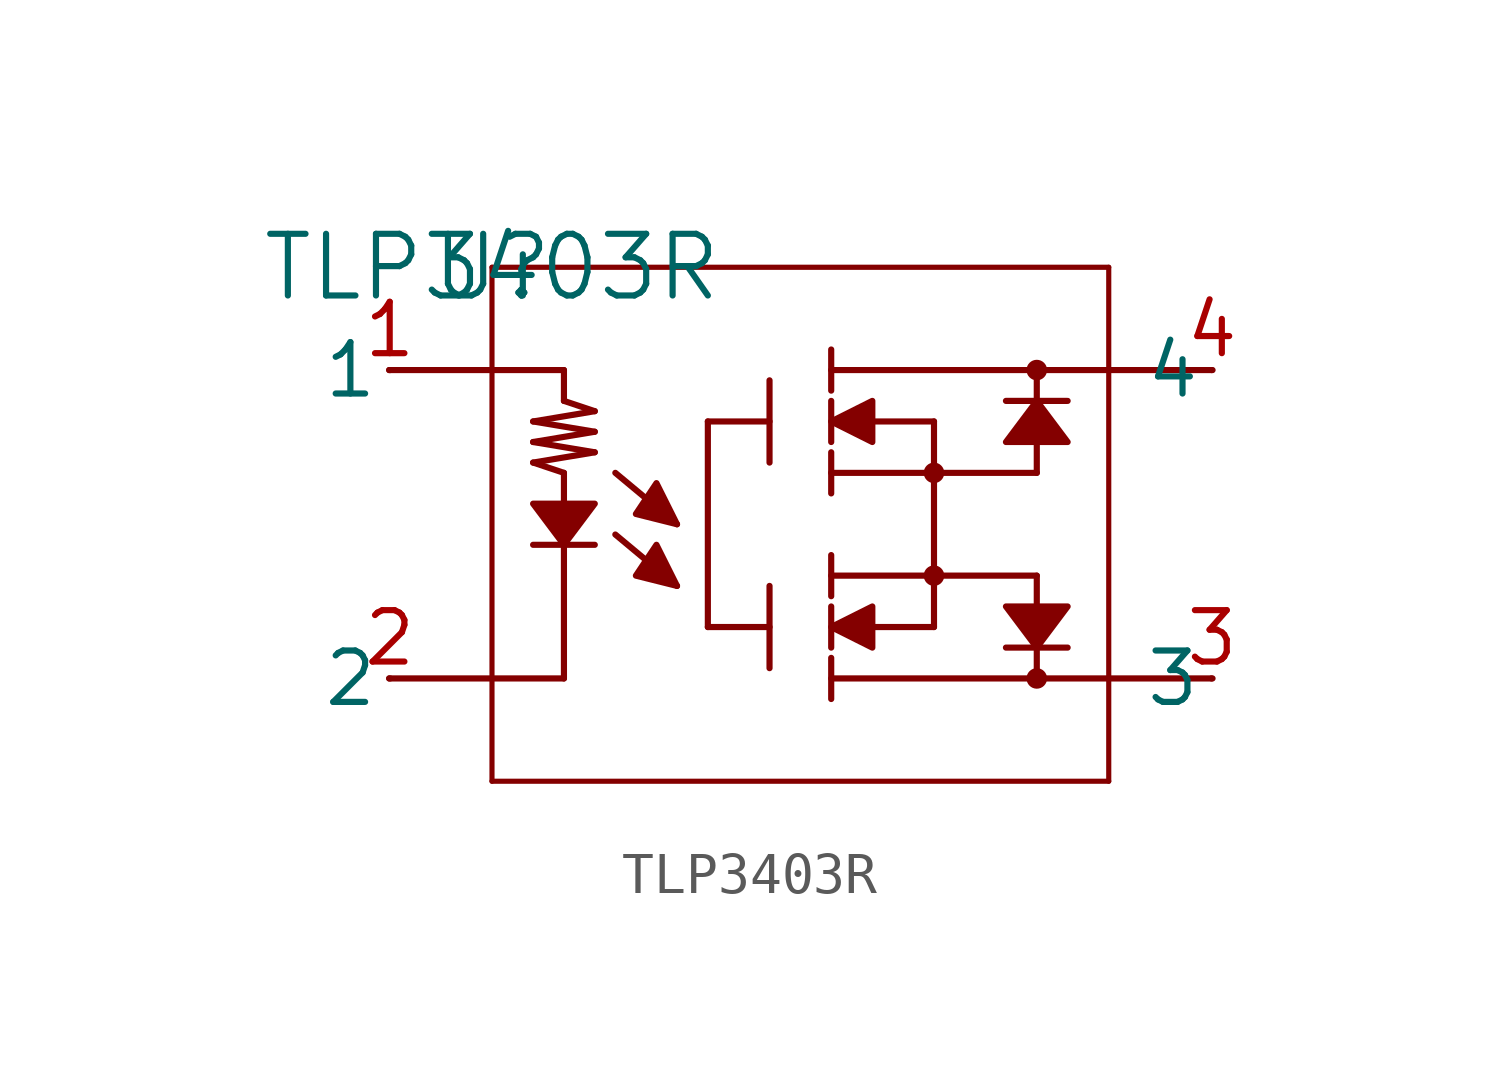
<source format=kicad_sym>
(kicad_symbol_lib
  (version 20211014)
  (generator kicad_symbol_editor)
  (symbol "TLP3403R"
    (pin_names
      (offset 0.254))
    (property "Reference" "U"
      (at 0 0 0)
      (effects (font (size 1.524 1.524))))
    (property "Value" "TLP3403R"
      (at 0 0 0)
      (effects (font (size 1.524 1.524))))
    (symbol "TLP3403R_0_1"
      (polyline (pts (xy 4.572 -7.874) (xy 4.572 -7.874) (xy 4.064 -6.858) (xy 3.556 -7.62) (xy 4.572 -7.874)) (stroke (width 0) (type default) (color 0 0 0 0)) (fill (type outline)))
      (polyline (pts (xy -2.54 -2.54) (xy 0 -2.54)) (stroke (width 0) (type default) (color 0 0 0 0)) (fill (type none)))
      (polyline (pts (xy -2.54 -10.16) (xy 0 -10.16)) (stroke (width 0) (type default) (color 0 0 0 0)) (fill (type none)))
      (polyline (pts (xy 17.78 -10.16) (xy 15.24 -10.16)) (stroke (width 0) (type default) (color 0 0 0 0)) (fill (type none)))
      (polyline (pts (xy 17.78 -2.54) (xy 15.24 -2.54)) (stroke (width 0) (type default) (color 0 0 0 0)) (fill (type none)))
      (polyline (pts (xy 0 -12.7) (xy 0 0)) (stroke (width 0.127) (type default) (color 0 0 0 0)) (fill (type none)))
      (polyline (pts (xy 0 0) (xy 15.24 0)) (stroke (width 0.127) (type default) (color 0 0 0 0)) (fill (type none)))
      (polyline (pts (xy 15.24 0) (xy 15.24 -12.7)) (stroke (width 0.127) (type default) (color 0 0 0 0)) (fill (type none)))
      (polyline (pts (xy 15.24 -12.7) (xy 0 -12.7)) (stroke (width 0.127) (type default) (color 0 0 0 0)) (fill (type none)))
      (polyline (pts (xy 1.016 -6.858) (xy 2.54 -6.858)) (stroke (width 0) (type default) (color 0 0 0 0)) (fill (type none)))
      (polyline (pts (xy 1.778 -10.16) (xy 1.778 -6.858)) (stroke (width 0) (type default) (color 0 0 0 0)) (fill (type none)))
      (polyline (pts (xy 1.778 -2.54) (xy 0 -2.54)) (stroke (width 0) (type default) (color 0 0 0 0)) (fill (type none)))
      (polyline (pts (xy 1.778 -10.16) (xy 0 -10.16)) (stroke (width 0) (type default) (color 0 0 0 0)) (fill (type none)))
      (polyline (pts (xy 12.7 -9.398) (xy 14.224 -9.398)) (stroke (width 0) (type default) (color 0 0 0 0)) (fill (type none)))
      (polyline (pts (xy 13.462 -9.398) (xy 13.462 -10.16)) (stroke (width 0) (type default) (color 0 0 0 0)) (fill (type none)))
      (polyline (pts (xy 13.462 -7.62) (xy 13.462 -8.382)) (stroke (width 0) (type default) (color 0 0 0 0)) (fill (type none)))
      (polyline (pts (xy 13.462 -2.54) (xy 13.462 -3.302)) (stroke (width 0) (type default) (color 0 0 0 0)) (fill (type none)))
      (polyline (pts (xy 12.7 -3.302) (xy 14.224 -3.302)) (stroke (width 0) (type default) (color 0 0 0 0)) (fill (type none)))
      (polyline (pts (xy 13.462 -4.318) (xy 13.462 -5.08)) (stroke (width 0) (type default) (color 0 0 0 0)) (fill (type none)))
      (polyline (pts (xy 8.382 -5.08) (xy 13.462 -5.08)) (stroke (width 0) (type default) (color 0 0 0 0)) (fill (type none)))
      (polyline (pts (xy 8.382 -7.62) (xy 13.462 -7.62)) (stroke (width 0) (type default) (color 0 0 0 0)) (fill (type none)))
      (polyline (pts (xy 9.398 -3.81) (xy 10.922 -3.81)) (stroke (width 0) (type default) (color 0 0 0 0)) (fill (type none)))
      (polyline (pts (xy 8.382 -2.54) (xy 15.24 -2.54)) (stroke (width 0) (type default) (color 0 0 0 0)) (fill (type none)))
      (polyline (pts (xy 10.922 -3.81) (xy 10.922 -8.89)) (stroke (width 0) (type default) (color 0 0 0 0)) (fill (type none)))
      (polyline (pts (xy 9.398 -8.89) (xy 10.922 -8.89)) (stroke (width 0) (type default) (color 0 0 0 0)) (fill (type none)))
      (polyline (pts (xy 8.382 -10.16) (xy 15.24 -10.16)) (stroke (width 0) (type default) (color 0 0 0 0)) (fill (type none)))
      (polyline (pts (xy 6.858 -2.794) (xy 6.858 -4.826)) (stroke (width 0) (type default) (color 0 0 0 0)) (fill (type none)))
      (polyline (pts (xy 6.858 -7.874) (xy 6.858 -9.906)) (stroke (width 0) (type default) (color 0 0 0 0)) (fill (type none)))
      (polyline (pts (xy 6.858 -3.81) (xy 5.334 -3.81)) (stroke (width 0) (type default) (color 0 0 0 0)) (fill (type none)))
      (polyline (pts (xy 6.858 -8.89) (xy 5.334 -8.89)) (stroke (width 0) (type default) (color 0 0 0 0)) (fill (type none)))
      (polyline (pts (xy 5.334 -3.81) (xy 5.334 -8.89)) (stroke (width 0) (type default) (color 0 0 0 0)) (fill (type none)))
      (polyline (pts (xy 8.382 -3.302) (xy 8.382 -4.318)) (stroke (width 0) (type default) (color 0 0 0 0)) (fill (type none)))
      (polyline (pts (xy 8.382 -2.032) (xy 8.382 -3.048)) (stroke (width 0) (type default) (color 0 0 0 0)) (fill (type none)))
      (polyline (pts (xy 8.382 -4.572) (xy 8.382 -5.588)) (stroke (width 0) (type default) (color 0 0 0 0)) (fill (type none)))
      (polyline (pts (xy 8.382 -7.112) (xy 8.382 -8.128)) (stroke (width 0) (type default) (color 0 0 0 0)) (fill (type none)))
      (polyline (pts (xy 8.382 -8.382) (xy 8.382 -9.398)) (stroke (width 0) (type default) (color 0 0 0 0)) (fill (type none)))
      (polyline (pts (xy 8.382 -9.652) (xy 8.382 -10.668)) (stroke (width 0) (type default) (color 0 0 0 0)) (fill (type none)))
      (polyline (pts (xy 4.572 -6.35) (xy 3.048 -5.08)) (stroke (width 0) (type default) (color 0 0 0 0)) (fill (type none)))
      (polyline (pts (xy 4.572 -7.874) (xy 3.048 -6.604)) (stroke (width 0) (type default) (color 0 0 0 0)) (fill (type none)))
      (polyline (pts (xy 1.778 -2.54) (xy 1.778 -3.302)) (stroke (width 0) (type default) (color 0 0 0 0)) (fill (type none)))
      (polyline (pts (xy 1.778 -5.842) (xy 1.778 -5.08)) (stroke (width 0) (type default) (color 0 0 0 0)) (fill (type none)))
      (polyline (pts (xy 1.016 -4.826) (xy 1.778 -5.08)) (stroke (width 0) (type default) (color 0 0 0 0)) (fill (type none)))
      (polyline (pts (xy 1.016 -4.318) (xy 2.54 -4.572)) (stroke (width 0) (type default) (color 0 0 0 0)) (fill (type none)))
      (polyline (pts (xy 2.54 -4.572) (xy 1.016 -4.826)) (stroke (width 0) (type default) (color 0 0 0 0)) (fill (type none)))
      (polyline (pts (xy 1.016 -3.81) (xy 2.54 -4.064)) (stroke (width 0) (type default) (color 0 0 0 0)) (fill (type none)))
      (polyline (pts (xy 2.54 -4.064) (xy 1.016 -4.318)) (stroke (width 0) (type default) (color 0 0 0 0)) (fill (type none)))
      (polyline (pts (xy 2.54 -3.556) (xy 1.016 -3.81)) (stroke (width 0) (type default) (color 0 0 0 0)) (fill (type none)))
      (polyline (pts (xy 1.778 -3.302) (xy 2.54 -3.556)) (stroke (width 0) (type default) (color 0 0 0 0)) (fill (type none)))
      (circle (center 13.462 -2.54) (radius 0.127) (stroke (width 0.254) (type default) (color 0 0 0 0)) (fill (type none)))
      (circle (center 13.462 -10.16) (radius 0.127) (stroke (width 0.254) (type default) (color 0 0 0 0)) (fill (type none)))
      (circle (center 10.922 -5.08) (radius 0.127) (stroke (width 0.254) (type default) (color 0 0 0 0)) (fill (type none)))
      (circle (center 10.922 -7.62) (radius 0.127) (stroke (width 0.254) (type default) (color 0 0 0 0)) (fill (type none)))
      (polyline (pts (xy 1.016 -5.842) (xy 1.016 -5.842) (xy 2.54 -5.842) (xy 1.778 -6.858) (xy 1.016 -5.842)) (stroke (width 0) (type default) (color 0 0 0 0)) (fill (type outline)))
      (polyline (pts (xy 12.7 -8.382) (xy 12.7 -8.382) (xy 14.224 -8.382) (xy 13.462 -9.398) (xy 12.7 -8.382)) (stroke (width 0) (type default) (color 0 0 0 0)) (fill (type outline)))
      (polyline (pts (xy 13.462 -3.302) (xy 13.462 -3.302) (xy 12.7 -4.318) (xy 14.224 -4.318) (xy 13.462 -3.302)) (stroke (width 0) (type default) (color 0 0 0 0)) (fill (type outline)))
      (polyline (pts (xy 8.382 -3.81) (xy 8.382 -3.81) (xy 9.398 -3.302) (xy 9.398 -4.318) (xy 8.382 -3.81)) (stroke (width 0) (type default) (color 0 0 0 0)) (fill (type outline)))
      (polyline (pts (xy 8.382 -8.89) (xy 8.382 -8.89) (xy 9.398 -8.382) (xy 9.398 -9.398) (xy 8.382 -8.89)) (stroke (width 0) (type default) (color 0 0 0 0)) (fill (type outline)))
      (polyline (pts (xy 4.572 -6.35) (xy 4.572 -6.35) (xy 4.064 -5.334) (xy 3.556 -6.096) (xy 4.572 -6.35)) (stroke (width 0) (type default) (color 0 0 0 0)) (fill (type outline)))
      (pin unspecified line (at -2.515 -2.54 180) (length 0.025) (name "1" (effects (font (size 1.27 1.27)))) (number "1" (effects (font (size 1.27 1.27)))))
      (pin unspecified line (at -2.515 -10.16 180) (length 0.025) (name "2" (effects (font (size 1.27 1.27)))) (number "2" (effects (font (size 1.27 1.27)))))
      (pin unspecified line (at 17.805 -10.16 180) (length 0.025) (name "3" (effects (font (size 1.27 1.27)))) (number "3" (effects (font (size 1.27 1.27)))))
      (pin unspecified line (at 17.805 -2.54 180) (length 0.025) (name "4" (effects (font (size 1.27 1.27)))) (number "4" (effects (font (size 1.27 1.27))))))))
</source>
